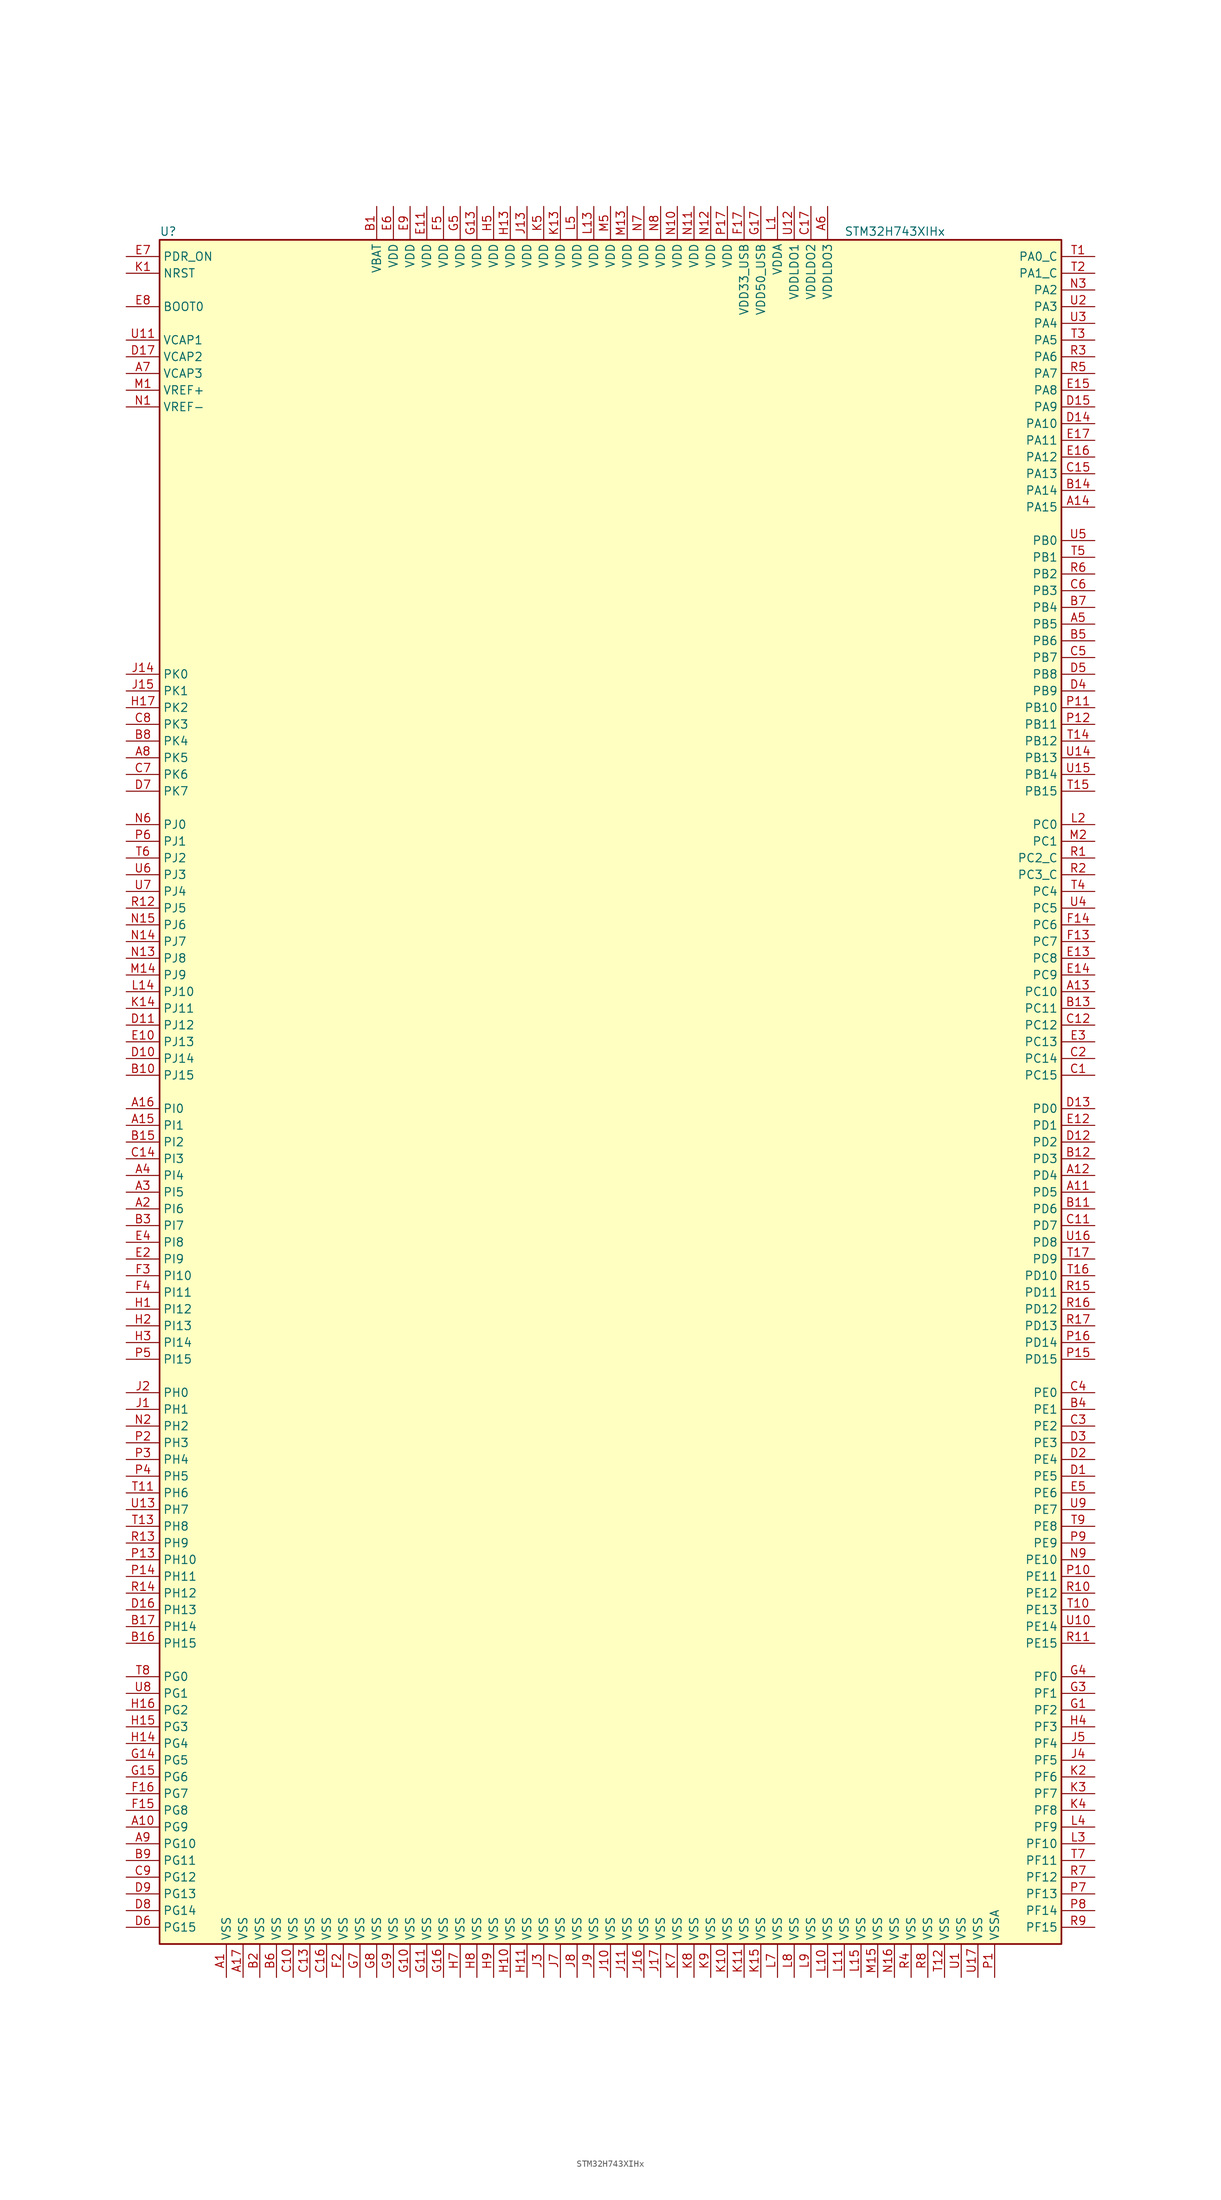
<source format=kicad_sym>
(kicad_symbol_lib
  (version 20201005)
  (generator kicad_symbol_editor)
  (symbol "STM32H743XIHx"
    (property "Reference" "U"
      (at -68.58 130.81 0)
      (effects (font (size 1.27 1.27)) (justify left)))
    (property "Value" "STM32H743XIHx"
      (at 35.56 130.81 0)
      (effects (font (size 1.27 1.27)) (justify left)))
    (symbol "STM32H743XIHx_0_1"
      (rectangle (start -68.58 -129.54) (end 68.58 129.54) (stroke (width 0.254)) (fill (type background))))
    (symbol "STM32H743XIHx_1_1"
      (pin power_in line (at -58.42 -134.62 90) (length 5.08) (name "VSS" (effects (font (size 1.27 1.27)))) (number "A1" (effects (font (size 1.27 1.27)))))
      (pin bidirectional line (at -73.66 -111.76 0) (length 5.08) (name "PG9" (effects (font (size 1.27 1.27)))) (number "A10" (effects (font (size 1.27 1.27)))))
      (pin bidirectional line (at 73.66 -15.24 180) (length 5.08) (name "PD5" (effects (font (size 1.27 1.27)))) (number "A11" (effects (font (size 1.27 1.27)))))
      (pin bidirectional line (at 73.66 -12.7 180) (length 5.08) (name "PD4" (effects (font (size 1.27 1.27)))) (number "A12" (effects (font (size 1.27 1.27)))))
      (pin bidirectional line (at 73.66 15.24 180) (length 5.08) (name "PC10" (effects (font (size 1.27 1.27)))) (number "A13" (effects (font (size 1.27 1.27)))))
      (pin bidirectional line (at 73.66 88.9 180) (length 5.08) (name "PA15" (effects (font (size 1.27 1.27)))) (number "A14" (effects (font (size 1.27 1.27)))))
      (pin bidirectional line (at -73.66 -5.08 0) (length 5.08) (name "PI1" (effects (font (size 1.27 1.27)))) (number "A15" (effects (font (size 1.27 1.27)))))
      (pin bidirectional line (at -73.66 -2.54 0) (length 5.08) (name "PI0" (effects (font (size 1.27 1.27)))) (number "A16" (effects (font (size 1.27 1.27)))))
      (pin power_in line (at -55.88 -134.62 90) (length 5.08) (name "VSS" (effects (font (size 1.27 1.27)))) (number "A17" (effects (font (size 1.27 1.27)))))
      (pin bidirectional line (at -73.66 -17.78 0) (length 5.08) (name "PI6" (effects (font (size 1.27 1.27)))) (number "A2" (effects (font (size 1.27 1.27)))))
      (pin bidirectional line (at -73.66 -15.24 0) (length 5.08) (name "PI5" (effects (font (size 1.27 1.27)))) (number "A3" (effects (font (size 1.27 1.27)))))
      (pin bidirectional line (at -73.66 -12.7 0) (length 5.08) (name "PI4" (effects (font (size 1.27 1.27)))) (number "A4" (effects (font (size 1.27 1.27)))))
      (pin bidirectional line (at 73.66 71.12 180) (length 5.08) (name "PB5" (effects (font (size 1.27 1.27)))) (number "A5" (effects (font (size 1.27 1.27)))))
      (pin power_in line (at 33.02 134.62 270) (length 5.08) (name "VDDLDO3" (effects (font (size 1.27 1.27)))) (number "A6" (effects (font (size 1.27 1.27)))))
      (pin power_in line (at -73.66 109.22 0) (length 5.08) (name "VCAP3" (effects (font (size 1.27 1.27)))) (number "A7" (effects (font (size 1.27 1.27)))))
      (pin bidirectional line (at -73.66 50.8 0) (length 5.08) (name "PK5" (effects (font (size 1.27 1.27)))) (number "A8" (effects (font (size 1.27 1.27)))))
      (pin bidirectional line (at -73.66 -114.3 0) (length 5.08) (name "PG10" (effects (font (size 1.27 1.27)))) (number "A9" (effects (font (size 1.27 1.27)))))
      (pin power_in line (at -35.56 134.62 270) (length 5.08) (name "VBAT" (effects (font (size 1.27 1.27)))) (number "B1" (effects (font (size 1.27 1.27)))))
      (pin bidirectional line (at -73.66 2.54 0) (length 5.08) (name "PJ15" (effects (font (size 1.27 1.27)))) (number "B10" (effects (font (size 1.27 1.27)))))
      (pin bidirectional line (at 73.66 -17.78 180) (length 5.08) (name "PD6" (effects (font (size 1.27 1.27)))) (number "B11" (effects (font (size 1.27 1.27)))))
      (pin bidirectional line (at 73.66 -10.16 180) (length 5.08) (name "PD3" (effects (font (size 1.27 1.27)))) (number "B12" (effects (font (size 1.27 1.27)))))
      (pin bidirectional line (at 73.66 12.7 180) (length 5.08) (name "PC11" (effects (font (size 1.27 1.27)))) (number "B13" (effects (font (size 1.27 1.27)))))
      (pin bidirectional line (at 73.66 91.44 180) (length 5.08) (name "PA14" (effects (font (size 1.27 1.27)))) (number "B14" (effects (font (size 1.27 1.27)))))
      (pin bidirectional line (at -73.66 -7.62 0) (length 5.08) (name "PI2" (effects (font (size 1.27 1.27)))) (number "B15" (effects (font (size 1.27 1.27)))))
      (pin bidirectional line (at -73.66 -83.82 0) (length 5.08) (name "PH15" (effects (font (size 1.27 1.27)))) (number "B16" (effects (font (size 1.27 1.27)))))
      (pin bidirectional line (at -73.66 -81.28 0) (length 5.08) (name "PH14" (effects (font (size 1.27 1.27)))) (number "B17" (effects (font (size 1.27 1.27)))))
      (pin power_in line (at -53.34 -134.62 90) (length 5.08) (name "VSS" (effects (font (size 1.27 1.27)))) (number "B2" (effects (font (size 1.27 1.27)))))
      (pin bidirectional line (at -73.66 -20.32 0) (length 5.08) (name "PI7" (effects (font (size 1.27 1.27)))) (number "B3" (effects (font (size 1.27 1.27)))))
      (pin bidirectional line (at 73.66 -48.26 180) (length 5.08) (name "PE1" (effects (font (size 1.27 1.27)))) (number "B4" (effects (font (size 1.27 1.27)))))
      (pin bidirectional line (at 73.66 68.58 180) (length 5.08) (name "PB6" (effects (font (size 1.27 1.27)))) (number "B5" (effects (font (size 1.27 1.27)))))
      (pin power_in line (at -50.8 -134.62 90) (length 5.08) (name "VSS" (effects (font (size 1.27 1.27)))) (number "B6" (effects (font (size 1.27 1.27)))))
      (pin bidirectional line (at 73.66 73.66 180) (length 5.08) (name "PB4" (effects (font (size 1.27 1.27)))) (number "B7" (effects (font (size 1.27 1.27)))))
      (pin bidirectional line (at -73.66 53.34 0) (length 5.08) (name "PK4" (effects (font (size 1.27 1.27)))) (number "B8" (effects (font (size 1.27 1.27)))))
      (pin bidirectional line (at -73.66 -116.84 0) (length 5.08) (name "PG11" (effects (font (size 1.27 1.27)))) (number "B9" (effects (font (size 1.27 1.27)))))
      (pin bidirectional line (at 73.66 2.54 180) (length 5.08) (name "PC15" (effects (font (size 1.27 1.27)))) (number "C1" (effects (font (size 1.27 1.27)))))
      (pin power_in line (at -48.26 -134.62 90) (length 5.08) (name "VSS" (effects (font (size 1.27 1.27)))) (number "C10" (effects (font (size 1.27 1.27)))))
      (pin bidirectional line (at 73.66 -20.32 180) (length 5.08) (name "PD7" (effects (font (size 1.27 1.27)))) (number "C11" (effects (font (size 1.27 1.27)))))
      (pin bidirectional line (at 73.66 10.16 180) (length 5.08) (name "PC12" (effects (font (size 1.27 1.27)))) (number "C12" (effects (font (size 1.27 1.27)))))
      (pin power_in line (at -45.72 -134.62 90) (length 5.08) (name "VSS" (effects (font (size 1.27 1.27)))) (number "C13" (effects (font (size 1.27 1.27)))))
      (pin bidirectional line (at -73.66 -10.16 0) (length 5.08) (name "PI3" (effects (font (size 1.27 1.27)))) (number "C14" (effects (font (size 1.27 1.27)))))
      (pin bidirectional line (at 73.66 93.98 180) (length 5.08) (name "PA13" (effects (font (size 1.27 1.27)))) (number "C15" (effects (font (size 1.27 1.27)))))
      (pin power_in line (at -43.18 -134.62 90) (length 5.08) (name "VSS" (effects (font (size 1.27 1.27)))) (number "C16" (effects (font (size 1.27 1.27)))))
      (pin power_in line (at 30.48 134.62 270) (length 5.08) (name "VDDLDO2" (effects (font (size 1.27 1.27)))) (number "C17" (effects (font (size 1.27 1.27)))))
      (pin bidirectional line (at 73.66 5.08 180) (length 5.08) (name "PC14" (effects (font (size 1.27 1.27)))) (number "C2" (effects (font (size 1.27 1.27)))))
      (pin bidirectional line (at 73.66 -50.8 180) (length 5.08) (name "PE2" (effects (font (size 1.27 1.27)))) (number "C3" (effects (font (size 1.27 1.27)))))
      (pin bidirectional line (at 73.66 -45.72 180) (length 5.08) (name "PE0" (effects (font (size 1.27 1.27)))) (number "C4" (effects (font (size 1.27 1.27)))))
      (pin bidirectional line (at 73.66 66.04 180) (length 5.08) (name "PB7" (effects (font (size 1.27 1.27)))) (number "C5" (effects (font (size 1.27 1.27)))))
      (pin bidirectional line (at 73.66 76.2 180) (length 5.08) (name "PB3" (effects (font (size 1.27 1.27)))) (number "C6" (effects (font (size 1.27 1.27)))))
      (pin bidirectional line (at -73.66 48.26 0) (length 5.08) (name "PK6" (effects (font (size 1.27 1.27)))) (number "C7" (effects (font (size 1.27 1.27)))))
      (pin bidirectional line (at -73.66 55.88 0) (length 5.08) (name "PK3" (effects (font (size 1.27 1.27)))) (number "C8" (effects (font (size 1.27 1.27)))))
      (pin bidirectional line (at -73.66 -119.38 0) (length 5.08) (name "PG12" (effects (font (size 1.27 1.27)))) (number "C9" (effects (font (size 1.27 1.27)))))
      (pin bidirectional line (at 73.66 -58.42 180) (length 5.08) (name "PE5" (effects (font (size 1.27 1.27)))) (number "D1" (effects (font (size 1.27 1.27)))))
      (pin bidirectional line (at -73.66 5.08 0) (length 5.08) (name "PJ14" (effects (font (size 1.27 1.27)))) (number "D10" (effects (font (size 1.27 1.27)))))
      (pin bidirectional line (at -73.66 10.16 0) (length 5.08) (name "PJ12" (effects (font (size 1.27 1.27)))) (number "D11" (effects (font (size 1.27 1.27)))))
      (pin bidirectional line (at 73.66 -7.62 180) (length 5.08) (name "PD2" (effects (font (size 1.27 1.27)))) (number "D12" (effects (font (size 1.27 1.27)))))
      (pin bidirectional line (at 73.66 -2.54 180) (length 5.08) (name "PD0" (effects (font (size 1.27 1.27)))) (number "D13" (effects (font (size 1.27 1.27)))))
      (pin bidirectional line (at 73.66 101.6 180) (length 5.08) (name "PA10" (effects (font (size 1.27 1.27)))) (number "D14" (effects (font (size 1.27 1.27)))))
      (pin bidirectional line (at 73.66 104.14 180) (length 5.08) (name "PA9" (effects (font (size 1.27 1.27)))) (number "D15" (effects (font (size 1.27 1.27)))))
      (pin bidirectional line (at -73.66 -78.74 0) (length 5.08) (name "PH13" (effects (font (size 1.27 1.27)))) (number "D16" (effects (font (size 1.27 1.27)))))
      (pin power_in line (at -73.66 111.76 0) (length 5.08) (name "VCAP2" (effects (font (size 1.27 1.27)))) (number "D17" (effects (font (size 1.27 1.27)))))
      (pin bidirectional line (at 73.66 -55.88 180) (length 5.08) (name "PE4" (effects (font (size 1.27 1.27)))) (number "D2" (effects (font (size 1.27 1.27)))))
      (pin bidirectional line (at 73.66 -53.34 180) (length 5.08) (name "PE3" (effects (font (size 1.27 1.27)))) (number "D3" (effects (font (size 1.27 1.27)))))
      (pin bidirectional line (at 73.66 60.96 180) (length 5.08) (name "PB9" (effects (font (size 1.27 1.27)))) (number "D4" (effects (font (size 1.27 1.27)))))
      (pin bidirectional line (at 73.66 63.5 180) (length 5.08) (name "PB8" (effects (font (size 1.27 1.27)))) (number "D5" (effects (font (size 1.27 1.27)))))
      (pin bidirectional line (at -73.66 -127 0) (length 5.08) (name "PG15" (effects (font (size 1.27 1.27)))) (number "D6" (effects (font (size 1.27 1.27)))))
      (pin bidirectional line (at -73.66 45.72 0) (length 5.08) (name "PK7" (effects (font (size 1.27 1.27)))) (number "D7" (effects (font (size 1.27 1.27)))))
      (pin bidirectional line (at -73.66 -124.46 0) (length 5.08) (name "PG14" (effects (font (size 1.27 1.27)))) (number "D8" (effects (font (size 1.27 1.27)))))
      (pin bidirectional line (at -73.66 -121.92 0) (length 5.08) (name "PG13" (effects (font (size 1.27 1.27)))) (number "D9" (effects (font (size 1.27 1.27)))))
      (pin no_connect line (at -68.58 -127 0) (length 5.08) hide (name "NC" (effects (font (size 1.27 1.27)))) (number "E1" (effects (font (size 1.27 1.27)))))
      (pin bidirectional line (at -73.66 7.62 0) (length 5.08) (name "PJ13" (effects (font (size 1.27 1.27)))) (number "E10" (effects (font (size 1.27 1.27)))))
      (pin power_in line (at -27.94 134.62 270) (length 5.08) (name "VDD" (effects (font (size 1.27 1.27)))) (number "E11" (effects (font (size 1.27 1.27)))))
      (pin bidirectional line (at 73.66 -5.08 180) (length 5.08) (name "PD1" (effects (font (size 1.27 1.27)))) (number "E12" (effects (font (size 1.27 1.27)))))
      (pin bidirectional line (at 73.66 20.32 180) (length 5.08) (name "PC8" (effects (font (size 1.27 1.27)))) (number "E13" (effects (font (size 1.27 1.27)))))
      (pin bidirectional line (at 73.66 17.78 180) (length 5.08) (name "PC9" (effects (font (size 1.27 1.27)))) (number "E14" (effects (font (size 1.27 1.27)))))
      (pin bidirectional line (at 73.66 106.68 180) (length 5.08) (name "PA8" (effects (font (size 1.27 1.27)))) (number "E15" (effects (font (size 1.27 1.27)))))
      (pin bidirectional line (at 73.66 96.52 180) (length 5.08) (name "PA12" (effects (font (size 1.27 1.27)))) (number "E16" (effects (font (size 1.27 1.27)))))
      (pin bidirectional line (at 73.66 99.06 180) (length 5.08) (name "PA11" (effects (font (size 1.27 1.27)))) (number "E17" (effects (font (size 1.27 1.27)))))
      (pin bidirectional line (at -73.66 -25.4 0) (length 5.08) (name "PI9" (effects (font (size 1.27 1.27)))) (number "E2" (effects (font (size 1.27 1.27)))))
      (pin bidirectional line (at 73.66 7.62 180) (length 5.08) (name "PC13" (effects (font (size 1.27 1.27)))) (number "E3" (effects (font (size 1.27 1.27)))))
      (pin bidirectional line (at -73.66 -22.86 0) (length 5.08) (name "PI8" (effects (font (size 1.27 1.27)))) (number "E4" (effects (font (size 1.27 1.27)))))
      (pin bidirectional line (at 73.66 -60.96 180) (length 5.08) (name "PE6" (effects (font (size 1.27 1.27)))) (number "E5" (effects (font (size 1.27 1.27)))))
      (pin power_in line (at -33.02 134.62 270) (length 5.08) (name "VDD" (effects (font (size 1.27 1.27)))) (number "E6" (effects (font (size 1.27 1.27)))))
      (pin input line (at -73.66 127 0) (length 5.08) (name "PDR_ON" (effects (font (size 1.27 1.27)))) (number "E7" (effects (font (size 1.27 1.27)))))
      (pin input line (at -73.66 119.38 0) (length 5.08) (name "BOOT0" (effects (font (size 1.27 1.27)))) (number "E8" (effects (font (size 1.27 1.27)))))
      (pin power_in line (at -30.48 134.62 270) (length 5.08) (name "VDD" (effects (font (size 1.27 1.27)))) (number "E9" (effects (font (size 1.27 1.27)))))
      (pin no_connect line (at -68.58 -124.46 0) (length 5.08) hide (name "NC" (effects (font (size 1.27 1.27)))) (number "F1" (effects (font (size 1.27 1.27)))))
      (pin bidirectional line (at 73.66 22.86 180) (length 5.08) (name "PC7" (effects (font (size 1.27 1.27)))) (number "F13" (effects (font (size 1.27 1.27)))))
      (pin bidirectional line (at 73.66 25.4 180) (length 5.08) (name "PC6" (effects (font (size 1.27 1.27)))) (number "F14" (effects (font (size 1.27 1.27)))))
      (pin bidirectional line (at -73.66 -109.22 0) (length 5.08) (name "PG8" (effects (font (size 1.27 1.27)))) (number "F15" (effects (font (size 1.27 1.27)))))
      (pin bidirectional line (at -73.66 -106.68 0) (length 5.08) (name "PG7" (effects (font (size 1.27 1.27)))) (number "F16" (effects (font (size 1.27 1.27)))))
      (pin power_in line (at 20.32 134.62 270) (length 5.08) (name "VDD33_USB" (effects (font (size 1.27 1.27)))) (number "F17" (effects (font (size 1.27 1.27)))))
      (pin power_in line (at -40.64 -134.62 90) (length 5.08) (name "VSS" (effects (font (size 1.27 1.27)))) (number "F2" (effects (font (size 1.27 1.27)))))
      (pin bidirectional line (at -73.66 -27.94 0) (length 5.08) (name "PI10" (effects (font (size 1.27 1.27)))) (number "F3" (effects (font (size 1.27 1.27)))))
      (pin bidirectional line (at -73.66 -30.48 0) (length 5.08) (name "PI11" (effects (font (size 1.27 1.27)))) (number "F4" (effects (font (size 1.27 1.27)))))
      (pin power_in line (at -25.4 134.62 270) (length 5.08) (name "VDD" (effects (font (size 1.27 1.27)))) (number "F5" (effects (font (size 1.27 1.27)))))
      (pin bidirectional line (at 73.66 -93.98 180) (length 5.08) (name "PF2" (effects (font (size 1.27 1.27)))) (number "G1" (effects (font (size 1.27 1.27)))))
      (pin power_in line (at -30.48 -134.62 90) (length 5.08) (name "VSS" (effects (font (size 1.27 1.27)))) (number "G10" (effects (font (size 1.27 1.27)))))
      (pin power_in line (at -27.94 -134.62 90) (length 5.08) (name "VSS" (effects (font (size 1.27 1.27)))) (number "G11" (effects (font (size 1.27 1.27)))))
      (pin power_in line (at -20.32 134.62 270) (length 5.08) (name "VDD" (effects (font (size 1.27 1.27)))) (number "G13" (effects (font (size 1.27 1.27)))))
      (pin bidirectional line (at -73.66 -101.6 0) (length 5.08) (name "PG5" (effects (font (size 1.27 1.27)))) (number "G14" (effects (font (size 1.27 1.27)))))
      (pin bidirectional line (at -73.66 -104.14 0) (length 5.08) (name "PG6" (effects (font (size 1.27 1.27)))) (number "G15" (effects (font (size 1.27 1.27)))))
      (pin power_in line (at -25.4 -134.62 90) (length 5.08) (name "VSS" (effects (font (size 1.27 1.27)))) (number "G16" (effects (font (size 1.27 1.27)))))
      (pin power_in line (at 22.86 134.62 270) (length 5.08) (name "VDD50_USB" (effects (font (size 1.27 1.27)))) (number "G17" (effects (font (size 1.27 1.27)))))
      (pin no_connect line (at -68.58 -121.92 0) (length 5.08) hide (name "NC" (effects (font (size 1.27 1.27)))) (number "G2" (effects (font (size 1.27 1.27)))))
      (pin bidirectional line (at 73.66 -91.44 180) (length 5.08) (name "PF1" (effects (font (size 1.27 1.27)))) (number "G3" (effects (font (size 1.27 1.27)))))
      (pin bidirectional line (at 73.66 -88.9 180) (length 5.08) (name "PF0" (effects (font (size 1.27 1.27)))) (number "G4" (effects (font (size 1.27 1.27)))))
      (pin power_in line (at -22.86 134.62 270) (length 5.08) (name "VDD" (effects (font (size 1.27 1.27)))) (number "G5" (effects (font (size 1.27 1.27)))))
      (pin power_in line (at -38.1 -134.62 90) (length 5.08) (name "VSS" (effects (font (size 1.27 1.27)))) (number "G7" (effects (font (size 1.27 1.27)))))
      (pin power_in line (at -35.56 -134.62 90) (length 5.08) (name "VSS" (effects (font (size 1.27 1.27)))) (number "G8" (effects (font (size 1.27 1.27)))))
      (pin power_in line (at -33.02 -134.62 90) (length 5.08) (name "VSS" (effects (font (size 1.27 1.27)))) (number "G9" (effects (font (size 1.27 1.27)))))
      (pin bidirectional line (at -73.66 -33.02 0) (length 5.08) (name "PI12" (effects (font (size 1.27 1.27)))) (number "H1" (effects (font (size 1.27 1.27)))))
      (pin power_in line (at -15.24 -134.62 90) (length 5.08) (name "VSS" (effects (font (size 1.27 1.27)))) (number "H10" (effects (font (size 1.27 1.27)))))
      (pin power_in line (at -12.7 -134.62 90) (length 5.08) (name "VSS" (effects (font (size 1.27 1.27)))) (number "H11" (effects (font (size 1.27 1.27)))))
      (pin power_in line (at -15.24 134.62 270) (length 5.08) (name "VDD" (effects (font (size 1.27 1.27)))) (number "H13" (effects (font (size 1.27 1.27)))))
      (pin bidirectional line (at -73.66 -99.06 0) (length 5.08) (name "PG4" (effects (font (size 1.27 1.27)))) (number "H14" (effects (font (size 1.27 1.27)))))
      (pin bidirectional line (at -73.66 -96.52 0) (length 5.08) (name "PG3" (effects (font (size 1.27 1.27)))) (number "H15" (effects (font (size 1.27 1.27)))))
      (pin bidirectional line (at -73.66 -93.98 0) (length 5.08) (name "PG2" (effects (font (size 1.27 1.27)))) (number "H16" (effects (font (size 1.27 1.27)))))
      (pin bidirectional line (at -73.66 58.42 0) (length 5.08) (name "PK2" (effects (font (size 1.27 1.27)))) (number "H17" (effects (font (size 1.27 1.27)))))
      (pin bidirectional line (at -73.66 -35.56 0) (length 5.08) (name "PI13" (effects (font (size 1.27 1.27)))) (number "H2" (effects (font (size 1.27 1.27)))))
      (pin bidirectional line (at -73.66 -38.1 0) (length 5.08) (name "PI14" (effects (font (size 1.27 1.27)))) (number "H3" (effects (font (size 1.27 1.27)))))
      (pin bidirectional line (at 73.66 -96.52 180) (length 5.08) (name "PF3" (effects (font (size 1.27 1.27)))) (number "H4" (effects (font (size 1.27 1.27)))))
      (pin power_in line (at -17.78 134.62 270) (length 5.08) (name "VDD" (effects (font (size 1.27 1.27)))) (number "H5" (effects (font (size 1.27 1.27)))))
      (pin power_in line (at -22.86 -134.62 90) (length 5.08) (name "VSS" (effects (font (size 1.27 1.27)))) (number "H7" (effects (font (size 1.27 1.27)))))
      (pin power_in line (at -20.32 -134.62 90) (length 5.08) (name "VSS" (effects (font (size 1.27 1.27)))) (number "H8" (effects (font (size 1.27 1.27)))))
      (pin power_in line (at -17.78 -134.62 90) (length 5.08) (name "VSS" (effects (font (size 1.27 1.27)))) (number "H9" (effects (font (size 1.27 1.27)))))
      (pin input line (at -73.66 -48.26 0) (length 5.08) (name "PH1" (effects (font (size 1.27 1.27)))) (number "J1" (effects (font (size 1.27 1.27)))))
      (pin power_in line (at 0 -134.62 90) (length 5.08) (name "VSS" (effects (font (size 1.27 1.27)))) (number "J10" (effects (font (size 1.27 1.27)))))
      (pin power_in line (at 2.54 -134.62 90) (length 5.08) (name "VSS" (effects (font (size 1.27 1.27)))) (number "J11" (effects (font (size 1.27 1.27)))))
      (pin power_in line (at -12.7 134.62 270) (length 5.08) (name "VDD" (effects (font (size 1.27 1.27)))) (number "J13" (effects (font (size 1.27 1.27)))))
      (pin bidirectional line (at -73.66 63.5 0) (length 5.08) (name "PK0" (effects (font (size 1.27 1.27)))) (number "J14" (effects (font (size 1.27 1.27)))))
      (pin bidirectional line (at -73.66 60.96 0) (length 5.08) (name "PK1" (effects (font (size 1.27 1.27)))) (number "J15" (effects (font (size 1.27 1.27)))))
      (pin power_in line (at 5.08 -134.62 90) (length 5.08) (name "VSS" (effects (font (size 1.27 1.27)))) (number "J16" (effects (font (size 1.27 1.27)))))
      (pin power_in line (at 7.62 -134.62 90) (length 5.08) (name "VSS" (effects (font (size 1.27 1.27)))) (number "J17" (effects (font (size 1.27 1.27)))))
      (pin input line (at -73.66 -45.72 0) (length 5.08) (name "PH0" (effects (font (size 1.27 1.27)))) (number "J2" (effects (font (size 1.27 1.27)))))
      (pin power_in line (at -10.16 -134.62 90) (length 5.08) (name "VSS" (effects (font (size 1.27 1.27)))) (number "J3" (effects (font (size 1.27 1.27)))))
      (pin bidirectional line (at 73.66 -101.6 180) (length 5.08) (name "PF5" (effects (font (size 1.27 1.27)))) (number "J4" (effects (font (size 1.27 1.27)))))
      (pin bidirectional line (at 73.66 -99.06 180) (length 5.08) (name "PF4" (effects (font (size 1.27 1.27)))) (number "J5" (effects (font (size 1.27 1.27)))))
      (pin power_in line (at -7.62 -134.62 90) (length 5.08) (name "VSS" (effects (font (size 1.27 1.27)))) (number "J7" (effects (font (size 1.27 1.27)))))
      (pin power_in line (at -5.08 -134.62 90) (length 5.08) (name "VSS" (effects (font (size 1.27 1.27)))) (number "J8" (effects (font (size 1.27 1.27)))))
      (pin power_in line (at -2.54 -134.62 90) (length 5.08) (name "VSS" (effects (font (size 1.27 1.27)))) (number "J9" (effects (font (size 1.27 1.27)))))
      (pin input line (at -73.66 124.46 0) (length 5.08) (name "NRST" (effects (font (size 1.27 1.27)))) (number "K1" (effects (font (size 1.27 1.27)))))
      (pin power_in line (at 17.78 -134.62 90) (length 5.08) (name "VSS" (effects (font (size 1.27 1.27)))) (number "K10" (effects (font (size 1.27 1.27)))))
      (pin power_in line (at 20.32 -134.62 90) (length 5.08) (name "VSS" (effects (font (size 1.27 1.27)))) (number "K11" (effects (font (size 1.27 1.27)))))
      (pin power_in line (at -7.62 134.62 270) (length 5.08) (name "VDD" (effects (font (size 1.27 1.27)))) (number "K13" (effects (font (size 1.27 1.27)))))
      (pin bidirectional line (at -73.66 12.7 0) (length 5.08) (name "PJ11" (effects (font (size 1.27 1.27)))) (number "K14" (effects (font (size 1.27 1.27)))))
      (pin power_in line (at 22.86 -134.62 90) (length 5.08) (name "VSS" (effects (font (size 1.27 1.27)))) (number "K15" (effects (font (size 1.27 1.27)))))
      (pin no_connect line (at -68.58 -119.38 0) (length 5.08) hide (name "NC" (effects (font (size 1.27 1.27)))) (number "K16" (effects (font (size 1.27 1.27)))))
      (pin no_connect line (at -68.58 -116.84 0) (length 5.08) hide (name "NC" (effects (font (size 1.27 1.27)))) (number "K17" (effects (font (size 1.27 1.27)))))
      (pin bidirectional line (at 73.66 -104.14 180) (length 5.08) (name "PF6" (effects (font (size 1.27 1.27)))) (number "K2" (effects (font (size 1.27 1.27)))))
      (pin bidirectional line (at 73.66 -106.68 180) (length 5.08) (name "PF7" (effects (font (size 1.27 1.27)))) (number "K3" (effects (font (size 1.27 1.27)))))
      (pin bidirectional line (at 73.66 -109.22 180) (length 5.08) (name "PF8" (effects (font (size 1.27 1.27)))) (number "K4" (effects (font (size 1.27 1.27)))))
      (pin power_in line (at -10.16 134.62 270) (length 5.08) (name "VDD" (effects (font (size 1.27 1.27)))) (number "K5" (effects (font (size 1.27 1.27)))))
      (pin power_in line (at 10.16 -134.62 90) (length 5.08) (name "VSS" (effects (font (size 1.27 1.27)))) (number "K7" (effects (font (size 1.27 1.27)))))
      (pin power_in line (at 12.7 -134.62 90) (length 5.08) (name "VSS" (effects (font (size 1.27 1.27)))) (number "K8" (effects (font (size 1.27 1.27)))))
      (pin power_in line (at 15.24 -134.62 90) (length 5.08) (name "VSS" (effects (font (size 1.27 1.27)))) (number "K9" (effects (font (size 1.27 1.27)))))
      (pin power_in line (at 25.4 134.62 270) (length 5.08) (name "VDDA" (effects (font (size 1.27 1.27)))) (number "L1" (effects (font (size 1.27 1.27)))))
      (pin power_in line (at 33.02 -134.62 90) (length 5.08) (name "VSS" (effects (font (size 1.27 1.27)))) (number "L10" (effects (font (size 1.27 1.27)))))
      (pin power_in line (at 35.56 -134.62 90) (length 5.08) (name "VSS" (effects (font (size 1.27 1.27)))) (number "L11" (effects (font (size 1.27 1.27)))))
      (pin power_in line (at -2.54 134.62 270) (length 5.08) (name "VDD" (effects (font (size 1.27 1.27)))) (number "L13" (effects (font (size 1.27 1.27)))))
      (pin bidirectional line (at -73.66 15.24 0) (length 5.08) (name "PJ10" (effects (font (size 1.27 1.27)))) (number "L14" (effects (font (size 1.27 1.27)))))
      (pin power_in line (at 38.1 -134.62 90) (length 5.08) (name "VSS" (effects (font (size 1.27 1.27)))) (number "L15" (effects (font (size 1.27 1.27)))))
      (pin no_connect line (at -68.58 -114.3 0) (length 5.08) hide (name "NC" (effects (font (size 1.27 1.27)))) (number "L16" (effects (font (size 1.27 1.27)))))
      (pin no_connect line (at -68.58 -111.76 0) (length 5.08) hide (name "NC" (effects (font (size 1.27 1.27)))) (number "L17" (effects (font (size 1.27 1.27)))))
      (pin bidirectional line (at 73.66 40.64 180) (length 5.08) (name "PC0" (effects (font (size 1.27 1.27)))) (number "L2" (effects (font (size 1.27 1.27)))))
      (pin bidirectional line (at 73.66 -114.3 180) (length 5.08) (name "PF10" (effects (font (size 1.27 1.27)))) (number "L3" (effects (font (size 1.27 1.27)))))
      (pin bidirectional line (at 73.66 -111.76 180) (length 5.08) (name "PF9" (effects (font (size 1.27 1.27)))) (number "L4" (effects (font (size 1.27 1.27)))))
      (pin power_in line (at -5.08 134.62 270) (length 5.08) (name "VDD" (effects (font (size 1.27 1.27)))) (number "L5" (effects (font (size 1.27 1.27)))))
      (pin power_in line (at 25.4 -134.62 90) (length 5.08) (name "VSS" (effects (font (size 1.27 1.27)))) (number "L7" (effects (font (size 1.27 1.27)))))
      (pin power_in line (at 27.94 -134.62 90) (length 5.08) (name "VSS" (effects (font (size 1.27 1.27)))) (number "L8" (effects (font (size 1.27 1.27)))))
      (pin power_in line (at 30.48 -134.62 90) (length 5.08) (name "VSS" (effects (font (size 1.27 1.27)))) (number "L9" (effects (font (size 1.27 1.27)))))
      (pin bidirectional line (at -73.66 106.68 0) (length 5.08) (name "VREF+" (effects (font (size 1.27 1.27)))) (number "M1" (effects (font (size 1.27 1.27)))))
      (pin power_in line (at 2.54 134.62 270) (length 5.08) (name "VDD" (effects (font (size 1.27 1.27)))) (number "M13" (effects (font (size 1.27 1.27)))))
      (pin bidirectional line (at -73.66 17.78 0) (length 5.08) (name "PJ9" (effects (font (size 1.27 1.27)))) (number "M14" (effects (font (size 1.27 1.27)))))
      (pin power_in line (at 40.64 -134.62 90) (length 5.08) (name "VSS" (effects (font (size 1.27 1.27)))) (number "M15" (effects (font (size 1.27 1.27)))))
      (pin no_connect line (at -68.58 -109.22 0) (length 5.08) hide (name "NC" (effects (font (size 1.27 1.27)))) (number "M16" (effects (font (size 1.27 1.27)))))
      (pin no_connect line (at -68.58 -106.68 0) (length 5.08) hide (name "NC" (effects (font (size 1.27 1.27)))) (number "M17" (effects (font (size 1.27 1.27)))))
      (pin bidirectional line (at 73.66 38.1 180) (length 5.08) (name "PC1" (effects (font (size 1.27 1.27)))) (number "M2" (effects (font (size 1.27 1.27)))))
      (pin power_in line (at 0 134.62 270) (length 5.08) (name "VDD" (effects (font (size 1.27 1.27)))) (number "M5" (effects (font (size 1.27 1.27)))))
      (pin power_in line (at -73.66 104.14 0) (length 5.08) (name "VREF-" (effects (font (size 1.27 1.27)))) (number "N1" (effects (font (size 1.27 1.27)))))
      (pin power_in line (at 10.16 134.62 270) (length 5.08) (name "VDD" (effects (font (size 1.27 1.27)))) (number "N10" (effects (font (size 1.27 1.27)))))
      (pin power_in line (at 12.7 134.62 270) (length 5.08) (name "VDD" (effects (font (size 1.27 1.27)))) (number "N11" (effects (font (size 1.27 1.27)))))
      (pin power_in line (at 15.24 134.62 270) (length 5.08) (name "VDD" (effects (font (size 1.27 1.27)))) (number "N12" (effects (font (size 1.27 1.27)))))
      (pin bidirectional line (at -73.66 20.32 0) (length 5.08) (name "PJ8" (effects (font (size 1.27 1.27)))) (number "N13" (effects (font (size 1.27 1.27)))))
      (pin bidirectional line (at -73.66 22.86 0) (length 5.08) (name "PJ7" (effects (font (size 1.27 1.27)))) (number "N14" (effects (font (size 1.27 1.27)))))
      (pin bidirectional line (at -73.66 25.4 0) (length 5.08) (name "PJ6" (effects (font (size 1.27 1.27)))) (number "N15" (effects (font (size 1.27 1.27)))))
      (pin power_in line (at 43.18 -134.62 90) (length 5.08) (name "VSS" (effects (font (size 1.27 1.27)))) (number "N16" (effects (font (size 1.27 1.27)))))
      (pin no_connect line (at -68.58 -104.14 0) (length 5.08) hide (name "NC" (effects (font (size 1.27 1.27)))) (number "N17" (effects (font (size 1.27 1.27)))))
      (pin bidirectional line (at -73.66 -50.8 0) (length 5.08) (name "PH2" (effects (font (size 1.27 1.27)))) (number "N2" (effects (font (size 1.27 1.27)))))
      (pin bidirectional line (at 73.66 121.92 180) (length 5.08) (name "PA2" (effects (font (size 1.27 1.27)))) (number "N3" (effects (font (size 1.27 1.27)))))
      (pin bidirectional line (at -73.66 40.64 0) (length 5.08) (name "PJ0" (effects (font (size 1.27 1.27)))) (number "N6" (effects (font (size 1.27 1.27)))))
      (pin power_in line (at 5.08 134.62 270) (length 5.08) (name "VDD" (effects (font (size 1.27 1.27)))) (number "N7" (effects (font (size 1.27 1.27)))))
      (pin power_in line (at 7.62 134.62 270) (length 5.08) (name "VDD" (effects (font (size 1.27 1.27)))) (number "N8" (effects (font (size 1.27 1.27)))))
      (pin bidirectional line (at 73.66 -71.12 180) (length 5.08) (name "PE10" (effects (font (size 1.27 1.27)))) (number "N9" (effects (font (size 1.27 1.27)))))
      (pin power_in line (at 58.42 -134.62 90) (length 5.08) (name "VSSA" (effects (font (size 1.27 1.27)))) (number "P1" (effects (font (size 1.27 1.27)))))
      (pin bidirectional line (at 73.66 -73.66 180) (length 5.08) (name "PE11" (effects (font (size 1.27 1.27)))) (number "P10" (effects (font (size 1.27 1.27)))))
      (pin bidirectional line (at 73.66 58.42 180) (length 5.08) (name "PB10" (effects (font (size 1.27 1.27)))) (number "P11" (effects (font (size 1.27 1.27)))))
      (pin bidirectional line (at 73.66 55.88 180) (length 5.08) (name "PB11" (effects (font (size 1.27 1.27)))) (number "P12" (effects (font (size 1.27 1.27)))))
      (pin bidirectional line (at -73.66 -71.12 0) (length 5.08) (name "PH10" (effects (font (size 1.27 1.27)))) (number "P13" (effects (font (size 1.27 1.27)))))
      (pin bidirectional line (at -73.66 -73.66 0) (length 5.08) (name "PH11" (effects (font (size 1.27 1.27)))) (number "P14" (effects (font (size 1.27 1.27)))))
      (pin bidirectional line (at 73.66 -40.64 180) (length 5.08) (name "PD15" (effects (font (size 1.27 1.27)))) (number "P15" (effects (font (size 1.27 1.27)))))
      (pin bidirectional line (at 73.66 -38.1 180) (length 5.08) (name "PD14" (effects (font (size 1.27 1.27)))) (number "P16" (effects (font (size 1.27 1.27)))))
      (pin power_in line (at 17.78 134.62 270) (length 5.08) (name "VDD" (effects (font (size 1.27 1.27)))) (number "P17" (effects (font (size 1.27 1.27)))))
      (pin bidirectional line (at -73.66 -53.34 0) (length 5.08) (name "PH3" (effects (font (size 1.27 1.27)))) (number "P2" (effects (font (size 1.27 1.27)))))
      (pin bidirectional line (at -73.66 -55.88 0) (length 5.08) (name "PH4" (effects (font (size 1.27 1.27)))) (number "P3" (effects (font (size 1.27 1.27)))))
      (pin bidirectional line (at -73.66 -58.42 0) (length 5.08) (name "PH5" (effects (font (size 1.27 1.27)))) (number "P4" (effects (font (size 1.27 1.27)))))
      (pin bidirectional line (at -73.66 -40.64 0) (length 5.08) (name "PI15" (effects (font (size 1.27 1.27)))) (number "P5" (effects (font (size 1.27 1.27)))))
      (pin bidirectional line (at -73.66 38.1 0) (length 5.08) (name "PJ1" (effects (font (size 1.27 1.27)))) (number "P6" (effects (font (size 1.27 1.27)))))
      (pin bidirectional line (at 73.66 -121.92 180) (length 5.08) (name "PF13" (effects (font (size 1.27 1.27)))) (number "P7" (effects (font (size 1.27 1.27)))))
      (pin bidirectional line (at 73.66 -124.46 180) (length 5.08) (name "PF14" (effects (font (size 1.27 1.27)))) (number "P8" (effects (font (size 1.27 1.27)))))
      (pin bidirectional line (at 73.66 -68.58 180) (length 5.08) (name "PE9" (effects (font (size 1.27 1.27)))) (number "P9" (effects (font (size 1.27 1.27)))))
      (pin bidirectional line (at 73.66 35.56 180) (length 5.08) (name "PC2_C" (effects (font (size 1.27 1.27)))) (number "R1" (effects (font (size 1.27 1.27)))))
      (pin bidirectional line (at 73.66 -76.2 180) (length 5.08) (name "PE12" (effects (font (size 1.27 1.27)))) (number "R10" (effects (font (size 1.27 1.27)))))
      (pin bidirectional line (at 73.66 -83.82 180) (length 5.08) (name "PE15" (effects (font (size 1.27 1.27)))) (number "R11" (effects (font (size 1.27 1.27)))))
      (pin bidirectional line (at -73.66 27.94 0) (length 5.08) (name "PJ5" (effects (font (size 1.27 1.27)))) (number "R12" (effects (font (size 1.27 1.27)))))
      (pin bidirectional line (at -73.66 -68.58 0) (length 5.08) (name "PH9" (effects (font (size 1.27 1.27)))) (number "R13" (effects (font (size 1.27 1.27)))))
      (pin bidirectional line (at -73.66 -76.2 0) (length 5.08) (name "PH12" (effects (font (size 1.27 1.27)))) (number "R14" (effects (font (size 1.27 1.27)))))
      (pin bidirectional line (at 73.66 -30.48 180) (length 5.08) (name "PD11" (effects (font (size 1.27 1.27)))) (number "R15" (effects (font (size 1.27 1.27)))))
      (pin bidirectional line (at 73.66 -33.02 180) (length 5.08) (name "PD12" (effects (font (size 1.27 1.27)))) (number "R16" (effects (font (size 1.27 1.27)))))
      (pin bidirectional line (at 73.66 -35.56 180) (length 5.08) (name "PD13" (effects (font (size 1.27 1.27)))) (number "R17" (effects (font (size 1.27 1.27)))))
      (pin bidirectional line (at 73.66 33.02 180) (length 5.08) (name "PC3_C" (effects (font (size 1.27 1.27)))) (number "R2" (effects (font (size 1.27 1.27)))))
      (pin bidirectional line (at 73.66 111.76 180) (length 5.08) (name "PA6" (effects (font (size 1.27 1.27)))) (number "R3" (effects (font (size 1.27 1.27)))))
      (pin power_in line (at 45.72 -134.62 90) (length 5.08) (name "VSS" (effects (font (size 1.27 1.27)))) (number "R4" (effects (font (size 1.27 1.27)))))
      (pin bidirectional line (at 73.66 109.22 180) (length 5.08) (name "PA7" (effects (font (size 1.27 1.27)))) (number "R5" (effects (font (size 1.27 1.27)))))
      (pin bidirectional line (at 73.66 78.74 180) (length 5.08) (name "PB2" (effects (font (size 1.27 1.27)))) (number "R6" (effects (font (size 1.27 1.27)))))
      (pin bidirectional line (at 73.66 -119.38 180) (length 5.08) (name "PF12" (effects (font (size 1.27 1.27)))) (number "R7" (effects (font (size 1.27 1.27)))))
      (pin power_in line (at 48.26 -134.62 90) (length 5.08) (name "VSS" (effects (font (size 1.27 1.27)))) (number "R8" (effects (font (size 1.27 1.27)))))
      (pin bidirectional line (at 73.66 -127 180) (length 5.08) (name "PF15" (effects (font (size 1.27 1.27)))) (number "R9" (effects (font (size 1.27 1.27)))))
      (pin bidirectional line (at 73.66 127 180) (length 5.08) (name "PA0_C" (effects (font (size 1.27 1.27)))) (number "T1" (effects (font (size 1.27 1.27)))))
      (pin bidirectional line (at 73.66 -78.74 180) (length 5.08) (name "PE13" (effects (font (size 1.27 1.27)))) (number "T10" (effects (font (size 1.27 1.27)))))
      (pin bidirectional line (at -73.66 -60.96 0) (length 5.08) (name "PH6" (effects (font (size 1.27 1.27)))) (number "T11" (effects (font (size 1.27 1.27)))))
      (pin power_in line (at 50.8 -134.62 90) (length 5.08) (name "VSS" (effects (font (size 1.27 1.27)))) (number "T12" (effects (font (size 1.27 1.27)))))
      (pin bidirectional line (at -73.66 -66.04 0) (length 5.08) (name "PH8" (effects (font (size 1.27 1.27)))) (number "T13" (effects (font (size 1.27 1.27)))))
      (pin bidirectional line (at 73.66 53.34 180) (length 5.08) (name "PB12" (effects (font (size 1.27 1.27)))) (number "T14" (effects (font (size 1.27 1.27)))))
      (pin bidirectional line (at 73.66 45.72 180) (length 5.08) (name "PB15" (effects (font (size 1.27 1.27)))) (number "T15" (effects (font (size 1.27 1.27)))))
      (pin bidirectional line (at 73.66 -27.94 180) (length 5.08) (name "PD10" (effects (font (size 1.27 1.27)))) (number "T16" (effects (font (size 1.27 1.27)))))
      (pin bidirectional line (at 73.66 -25.4 180) (length 5.08) (name "PD9" (effects (font (size 1.27 1.27)))) (number "T17" (effects (font (size 1.27 1.27)))))
      (pin bidirectional line (at 73.66 124.46 180) (length 5.08) (name "PA1_C" (effects (font (size 1.27 1.27)))) (number "T2" (effects (font (size 1.27 1.27)))))
      (pin bidirectional line (at 73.66 114.3 180) (length 5.08) (name "PA5" (effects (font (size 1.27 1.27)))) (number "T3" (effects (font (size 1.27 1.27)))))
      (pin bidirectional line (at 73.66 30.48 180) (length 5.08) (name "PC4" (effects (font (size 1.27 1.27)))) (number "T4" (effects (font (size 1.27 1.27)))))
      (pin bidirectional line (at 73.66 81.28 180) (length 5.08) (name "PB1" (effects (font (size 1.27 1.27)))) (number "T5" (effects (font (size 1.27 1.27)))))
      (pin bidirectional line (at -73.66 35.56 0) (length 5.08) (name "PJ2" (effects (font (size 1.27 1.27)))) (number "T6" (effects (font (size 1.27 1.27)))))
      (pin bidirectional line (at 73.66 -116.84 180) (length 5.08) (name "PF11" (effects (font (size 1.27 1.27)))) (number "T7" (effects (font (size 1.27 1.27)))))
      (pin bidirectional line (at -73.66 -88.9 0) (length 5.08) (name "PG0" (effects (font (size 1.27 1.27)))) (number "T8" (effects (font (size 1.27 1.27)))))
      (pin bidirectional line (at 73.66 -66.04 180) (length 5.08) (name "PE8" (effects (font (size 1.27 1.27)))) (number "T9" (effects (font (size 1.27 1.27)))))
      (pin power_in line (at 53.34 -134.62 90) (length 5.08) (name "VSS" (effects (font (size 1.27 1.27)))) (number "U1" (effects (font (size 1.27 1.27)))))
      (pin bidirectional line (at 73.66 -81.28 180) (length 5.08) (name "PE14" (effects (font (size 1.27 1.27)))) (number "U10" (effects (font (size 1.27 1.27)))))
      (pin power_in line (at -73.66 114.3 0) (length 5.08) (name "VCAP1" (effects (font (size 1.27 1.27)))) (number "U11" (effects (font (size 1.27 1.27)))))
      (pin power_in line (at 27.94 134.62 270) (length 5.08) (name "VDDLDO1" (effects (font (size 1.27 1.27)))) (number "U12" (effects (font (size 1.27 1.27)))))
      (pin bidirectional line (at -73.66 -63.5 0) (length 5.08) (name "PH7" (effects (font (size 1.27 1.27)))) (number "U13" (effects (font (size 1.27 1.27)))))
      (pin bidirectional line (at 73.66 50.8 180) (length 5.08) (name "PB13" (effects (font (size 1.27 1.27)))) (number "U14" (effects (font (size 1.27 1.27)))))
      (pin bidirectional line (at 73.66 48.26 180) (length 5.08) (name "PB14" (effects (font (size 1.27 1.27)))) (number "U15" (effects (font (size 1.27 1.27)))))
      (pin bidirectional line (at 73.66 -22.86 180) (length 5.08) (name "PD8" (effects (font (size 1.27 1.27)))) (number "U16" (effects (font (size 1.27 1.27)))))
      (pin power_in line (at 55.88 -134.62 90) (length 5.08) (name "VSS" (effects (font (size 1.27 1.27)))) (number "U17" (effects (font (size 1.27 1.27)))))
      (pin bidirectional line (at 73.66 119.38 180) (length 5.08) (name "PA3" (effects (font (size 1.27 1.27)))) (number "U2" (effects (font (size 1.27 1.27)))))
      (pin bidirectional line (at 73.66 116.84 180) (length 5.08) (name "PA4" (effects (font (size 1.27 1.27)))) (number "U3" (effects (font (size 1.27 1.27)))))
      (pin bidirectional line (at 73.66 27.94 180) (length 5.08) (name "PC5" (effects (font (size 1.27 1.27)))) (number "U4" (effects (font (size 1.27 1.27)))))
      (pin bidirectional line (at 73.66 83.82 180) (length 5.08) (name "PB0" (effects (font (size 1.27 1.27)))) (number "U5" (effects (font (size 1.27 1.27)))))
      (pin bidirectional line (at -73.66 33.02 0) (length 5.08) (name "PJ3" (effects (font (size 1.27 1.27)))) (number "U6" (effects (font (size 1.27 1.27)))))
      (pin bidirectional line (at -73.66 30.48 0) (length 5.08) (name "PJ4" (effects (font (size 1.27 1.27)))) (number "U7" (effects (font (size 1.27 1.27)))))
      (pin bidirectional line (at -73.66 -91.44 0) (length 5.08) (name "PG1" (effects (font (size 1.27 1.27)))) (number "U8" (effects (font (size 1.27 1.27)))))
      (pin bidirectional line (at 73.66 -63.5 180) (length 5.08) (name "PE7" (effects (font (size 1.27 1.27)))) (number "U9" (effects (font (size 1.27 1.27))))))))
</source>
